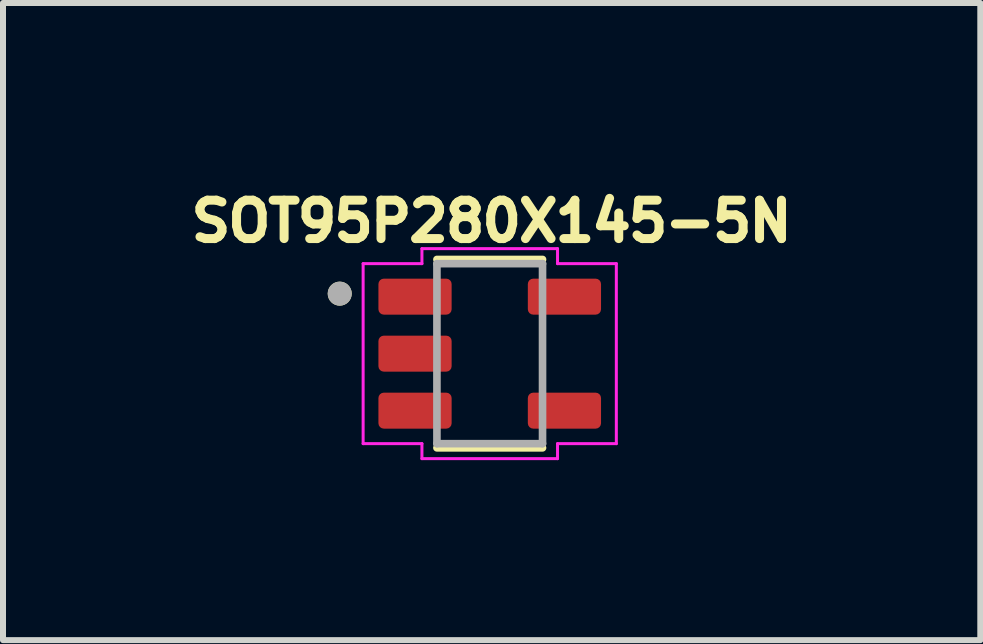
<source format=kicad_pcb>
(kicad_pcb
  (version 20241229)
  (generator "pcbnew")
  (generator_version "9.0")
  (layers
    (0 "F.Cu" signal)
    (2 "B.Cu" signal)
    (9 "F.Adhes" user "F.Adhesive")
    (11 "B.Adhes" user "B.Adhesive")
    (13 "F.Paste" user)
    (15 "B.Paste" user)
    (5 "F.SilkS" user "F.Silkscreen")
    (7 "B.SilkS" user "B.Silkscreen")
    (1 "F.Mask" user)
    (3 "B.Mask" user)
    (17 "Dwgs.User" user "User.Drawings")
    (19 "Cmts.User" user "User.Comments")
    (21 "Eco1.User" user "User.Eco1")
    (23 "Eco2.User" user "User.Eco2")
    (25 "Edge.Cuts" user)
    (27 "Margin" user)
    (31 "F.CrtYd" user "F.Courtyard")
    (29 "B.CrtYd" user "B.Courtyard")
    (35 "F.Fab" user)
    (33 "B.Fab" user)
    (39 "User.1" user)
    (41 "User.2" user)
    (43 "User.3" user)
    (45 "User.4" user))
  (footprint "SOT95P280X145-5N"
    (layer "F.Cu")
    (at 5.112 2.844)
    (property "Reference" "SOT95P280X145-5N" (at 0.032 -2.206 0) (layer "F.SilkS") (effects (font (size 0.64 0.64) (thickness 0.15))))
    (attr smd)
    (fp_line (start -0.88 -1.57) (end 0.88 -1.57) (stroke (width 0.127) (type solid)) (layer "F.SilkS"))
    (fp_line (start -0.88 1.57) (end 0.88 1.57) (stroke (width 0.127) (type solid)) (layer "F.SilkS"))
    (fp_circle (center -2.5 -1) (end -2.4 -1) (stroke (width 0.2) (type solid)) (fill no) (layer "F.SilkS"))
    (fp_line (start -2.11 -1.5) (end -2.11 1.5) (stroke (width 0.05) (type solid)) (layer "F.CrtYd"))
    (fp_line (start -2.11 -1.5) (end -1.13 -1.5) (stroke (width 0.05) (type solid)) (layer "F.CrtYd"))
    (fp_line (start -1.13 -1.75) (end 1.13 -1.75) (stroke (width 0.05) (type solid)) (layer "F.CrtYd"))
    (fp_line (start -1.13 -1.5) (end -1.13 -1.75) (stroke (width 0.05) (type solid)) (layer "F.CrtYd"))
    (fp_line (start -1.13 1.5) (end -2.11 1.5) (stroke (width 0.05) (type solid)) (layer "F.CrtYd"))
    (fp_line (start -1.13 1.75) (end -1.13 1.5) (stroke (width 0.05) (type solid)) (layer "F.CrtYd"))
    (fp_line (start 1.13 -1.75) (end 1.13 -1.5) (stroke (width 0.05) (type solid)) (layer "F.CrtYd"))
    (fp_line (start 1.13 -1.5) (end 2.11 -1.5) (stroke (width 0.05) (type solid)) (layer "F.CrtYd"))
    (fp_line (start 1.13 1.5) (end 1.13 1.75) (stroke (width 0.05) (type solid)) (layer "F.CrtYd"))
    (fp_line (start 1.13 1.75) (end -1.13 1.75) (stroke (width 0.05) (type solid)) (layer "F.CrtYd"))
    (fp_line (start 2.11 1.5) (end 1.13 1.5) (stroke (width 0.05) (type solid)) (layer "F.CrtYd"))
    (fp_line (start 2.11 1.5) (end 2.11 -1.5) (stroke (width 0.05) (type solid)) (layer "F.CrtYd"))
    (fp_line (start -0.88 -1.5) (end 0.88 -1.5) (stroke (width 0.127) (type solid)) (layer "F.Fab"))
    (fp_line (start -0.88 1.5) (end -0.88 -1.5) (stroke (width 0.127) (type solid)) (layer "F.Fab"))
    (fp_line (start 0.88 -1.5) (end 0.88 1.5) (stroke (width 0.127) (type solid)) (layer "F.Fab"))
    (fp_line (start 0.88 1.5) (end -0.88 1.5) (stroke (width 0.127) (type solid)) (layer "F.Fab"))
    (fp_circle (center -2.5 -1) (end -2.4 -1) (stroke (width 0.2) (type solid)) (fill no) (layer "F.Fab"))
    (pad "1" smd roundrect (at -1.245 -0.95) (size 1.22 0.6) (layers "F.Cu" "F.Mask" "F.Paste") (roundrect_rratio 0.15))
    (pad "2" smd roundrect (at -1.245 0) (size 1.22 0.6) (layers "F.Cu" "F.Mask" "F.Paste") (roundrect_rratio 0.15))
    (pad "3" smd roundrect (at -1.245 0.95) (size 1.22 0.6) (layers "F.Cu" "F.Mask" "F.Paste") (roundrect_rratio 0.15))
    (pad "4" smd roundrect (at 1.245 0.95) (size 1.22 0.6) (layers "F.Cu" "F.Mask" "F.Paste") (roundrect_rratio 0.15))
    (pad "5" smd roundrect (at 1.245 -0.95) (size 1.22 0.6) (layers "F.Cu" "F.Mask" "F.Paste") (roundrect_rratio 0.15)))
  (gr_rect
    (start -3 -3)
    (end 13.288 7.619)
    (stroke (width 0.1) (type default))
    (fill no)
    (layer "Edge.Cuts")))
</source>
